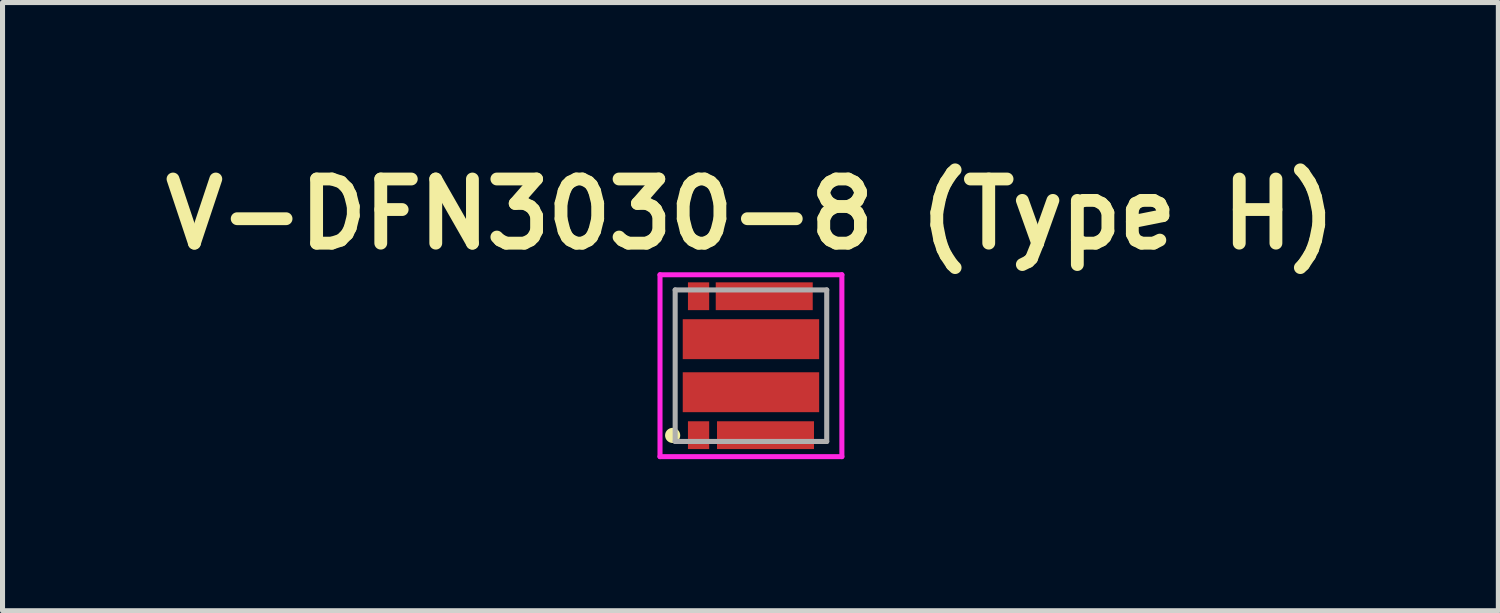
<source format=kicad_pcb>
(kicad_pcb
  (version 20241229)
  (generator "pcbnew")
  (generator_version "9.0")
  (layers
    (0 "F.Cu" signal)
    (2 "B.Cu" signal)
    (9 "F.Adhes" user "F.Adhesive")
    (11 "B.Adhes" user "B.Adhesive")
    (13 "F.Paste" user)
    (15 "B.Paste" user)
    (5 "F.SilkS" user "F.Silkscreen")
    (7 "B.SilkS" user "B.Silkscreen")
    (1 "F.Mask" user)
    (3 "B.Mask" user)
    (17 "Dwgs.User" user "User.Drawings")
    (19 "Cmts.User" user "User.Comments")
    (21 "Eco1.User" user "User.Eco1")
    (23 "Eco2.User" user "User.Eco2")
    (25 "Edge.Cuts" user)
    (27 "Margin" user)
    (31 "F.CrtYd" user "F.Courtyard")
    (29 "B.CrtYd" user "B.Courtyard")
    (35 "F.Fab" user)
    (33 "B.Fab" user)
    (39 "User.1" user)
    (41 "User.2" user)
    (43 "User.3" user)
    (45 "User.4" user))
  (footprint "V-DFN3030-8 (Type H)"
    (layer "F.Cu")
    (at 11.815 4.189)
    (property "Reference" "V-DFN3030-8 (Type H)" (at -0.01 -3 0) (layer "F.SilkS") (effects (font (size 1.27 1.27) (thickness 0.254))))
    (attr smd)
    (fp_circle (center -1.55 1.38) (end -1.45 1.38) (stroke (width 0.1) (type solid)) (fill yes) (layer "F.SilkS"))
    (fp_line (start -1.8 -1.8) (end 1.8 -1.8) (stroke (width 0.1) (type solid)) (layer "F.CrtYd"))
    (fp_line (start -1.8 1.8) (end -1.8 -1.8) (stroke (width 0.1) (type solid)) (layer "F.CrtYd"))
    (fp_line (start 1.8 -1.8) (end 1.8 1.8) (stroke (width 0.1) (type solid)) (layer "F.CrtYd"))
    (fp_line (start 1.8 1.8) (end -1.8 1.8) (stroke (width 0.1) (type solid)) (layer "F.CrtYd"))
    (fp_line (start -1.5 -1.5) (end 1.5 -1.5) (stroke (width 0.1) (type solid)) (layer "F.Fab"))
    (fp_line (start -1.5 1.5) (end -1.5 -1.5) (stroke (width 0.1) (type solid)) (layer "F.Fab"))
    (fp_line (start 1.5 -1.5) (end 1.5 1.5) (stroke (width 0.1) (type solid)) (layer "F.Fab"))
    (fp_line (start 1.5 1.5) (end -1.5 1.5) (stroke (width 0.1) (type solid)) (layer "F.Fab"))
    (pad "1" smd rect (at -1.037 1.375) (size 0.42 0.55) (layers "F.Cu" "F.Mask" "F.Paste"))
    (pad "2" smd rect (at 0.288 1.375 90) (size 0.55 1.92) (layers "F.Cu" "F.Mask" "F.Paste"))
    (pad "3" smd rect (at 0.263 -1.375 90) (size 0.55 1.92) (layers "F.Cu" "F.Mask" "F.Paste"))
    (pad "4" smd rect (at -1.037 -1.375) (size 0.42 0.55) (layers "F.Cu" "F.Mask" "F.Paste"))
    (pad "5" smd rect (at 0 -0.525 90) (size 0.79 2.7) (layers "F.Cu" "F.Mask" "F.Paste"))
    (pad "6" smd rect (at 0 0.525 90) (size 0.79 2.7) (layers "F.Cu" "F.Mask" "F.Paste")))
  (gr_rect
    (start -3 -3)
    (end 26.61 9.039)
    (stroke (width 0.1) (type default))
    (fill no)
    (layer "Edge.Cuts")))
</source>
